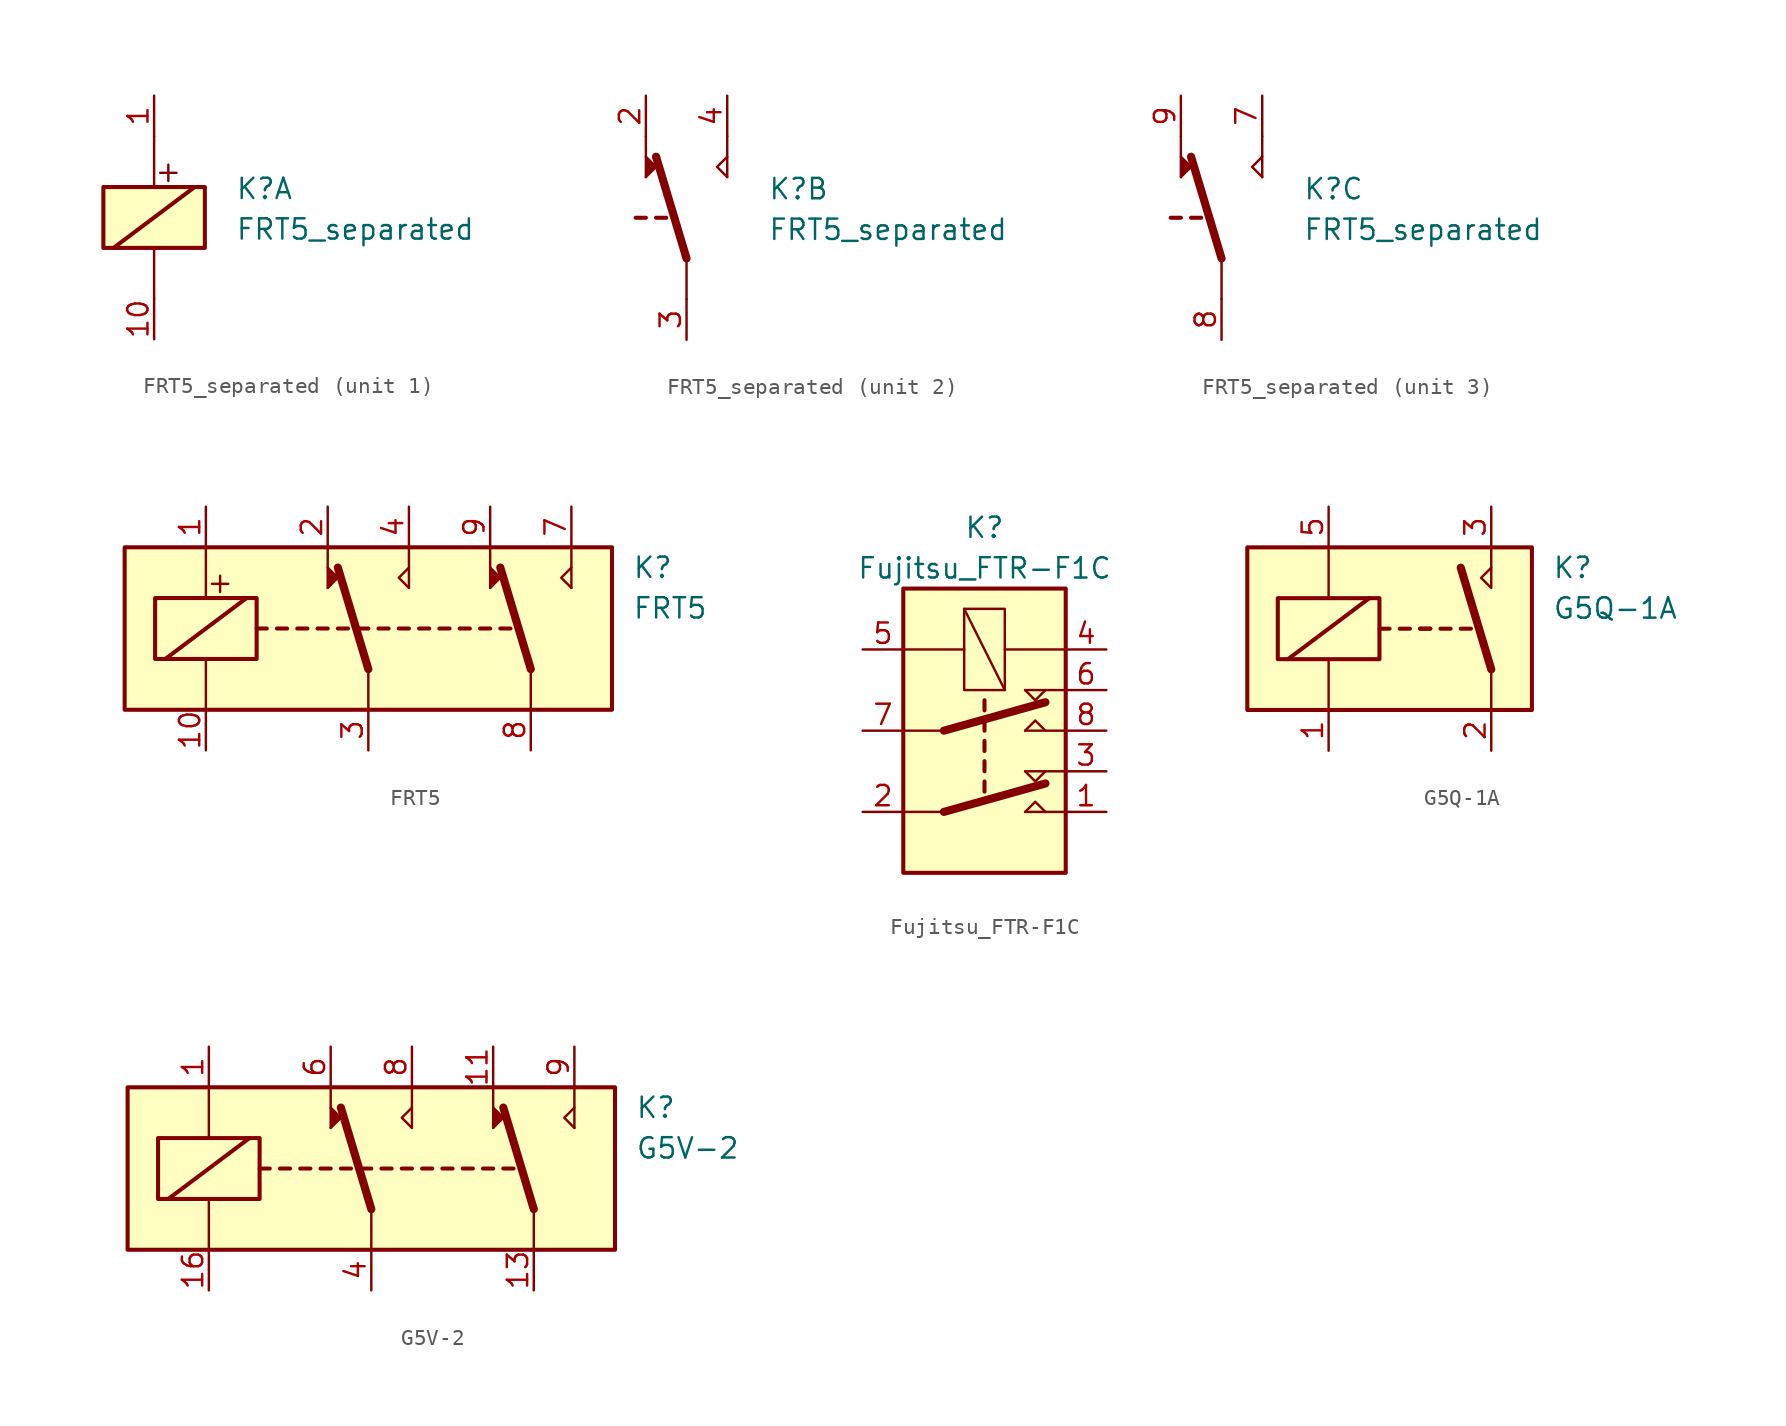
<source format=kicad_sym>
(kicad_symbol_lib
  (version 20201005)
  (generator kicad_symbol_editor)
  (symbol "FRT5_separated"
    (pin_names
      (offset 1.016))
    (property "Reference" "K"
      (at 5.08 2.54 0)
      (effects (font (size 1.27 1.27)) (justify left top)))
    (property "Value" "FRT5_separated"
      (at 5.08 0 0)
      (effects (font (size 1.27 1.27)) (justify left top)))
    (symbol "FRT5_separated_1_1"
      (rectangle (start -3.175 1.905) (end 3.175 -1.905) (stroke (width 0.254)) (fill (type background)))
      (polyline (pts (xy -2.54 -1.905) (xy 2.54 1.905)) (stroke (width 0.254)) (fill (type none)))
      (polyline (pts (xy 0 -5.08) (xy 0 -1.905)) (stroke (width 0)) (fill (type none)))
      (polyline (pts (xy 0 5.08) (xy 0 1.905)) (stroke (width 0)) (fill (type none)))
      (polyline (pts (xy 0.381 2.794) (xy 1.397 2.794)) (stroke (width 0)) (fill (type none)))
      (polyline (pts (xy 0.889 3.302) (xy 0.889 2.286)) (stroke (width 0)) (fill (type none)))
      (pin passive line (at 0 7.62 270) (length 2.54) (name "~" (effects (font (size 1.27 1.27)))) (number "1" (effects (font (size 1.27 1.27)))))
      (pin passive line (at 0 -7.62 90) (length 2.54) (name "~" (effects (font (size 1.27 1.27)))) (number "10" (effects (font (size 1.27 1.27))))))
    (symbol "FRT5_separated_2_1"
      (polyline (pts (xy -3.175 0) (xy -2.54 0)) (stroke (width 0.254)) (fill (type none)))
      (polyline (pts (xy -2.54 2.54) (xy -2.54 5.08)) (stroke (width 0)) (fill (type none)))
      (polyline (pts (xy -1.905 0) (xy -1.27 0)) (stroke (width 0.254)) (fill (type none)))
      (polyline (pts (xy 0 -2.54) (xy -1.905 3.81)) (stroke (width 0.508)) (fill (type none)))
      (polyline (pts (xy 0 -2.54) (xy 0 -5.08)) (stroke (width 0)) (fill (type none)))
      (polyline (pts (xy 2.54 2.54) (xy 2.54 5.08)) (stroke (width 0)) (fill (type none)))
      (polyline (pts (xy -2.54 2.54) (xy -1.905 3.175) (xy -2.54 3.81)) (stroke (width 0)) (fill (type outline)))
      (polyline (pts (xy 2.54 2.54) (xy 1.905 3.175) (xy 2.54 3.81)) (stroke (width 0)) (fill (type none)))
      (pin passive line (at -2.54 7.62 270) (length 2.54) (name "~" (effects (font (size 1.27 1.27)))) (number "2" (effects (font (size 1.27 1.27)))))
      (pin passive line (at 0 -7.62 90) (length 2.54) (name "~" (effects (font (size 1.27 1.27)))) (number "3" (effects (font (size 1.27 1.27)))))
      (pin passive line (at 2.54 7.62 270) (length 2.54) (name "~" (effects (font (size 1.27 1.27)))) (number "4" (effects (font (size 1.27 1.27))))))
    (symbol "FRT5_separated_3_1"
      (polyline (pts (xy -3.175 0) (xy -2.54 0)) (stroke (width 0.254)) (fill (type none)))
      (polyline (pts (xy -2.54 2.54) (xy -2.54 5.08)) (stroke (width 0)) (fill (type none)))
      (polyline (pts (xy -1.905 0) (xy -1.27 0)) (stroke (width 0.254)) (fill (type none)))
      (polyline (pts (xy 0 -2.54) (xy -1.905 3.81)) (stroke (width 0.508)) (fill (type none)))
      (polyline (pts (xy 0 -2.54) (xy 0 -5.08)) (stroke (width 0)) (fill (type none)))
      (polyline (pts (xy 2.54 2.54) (xy 2.54 5.08)) (stroke (width 0)) (fill (type none)))
      (polyline (pts (xy -2.54 2.54) (xy -1.905 3.175) (xy -2.54 3.81)) (stroke (width 0)) (fill (type outline)))
      (polyline (pts (xy 2.54 2.54) (xy 1.905 3.175) (xy 2.54 3.81)) (stroke (width 0)) (fill (type none)))
      (pin passive line (at 2.54 7.62 270) (length 2.54) (name "~" (effects (font (size 1.27 1.27)))) (number "7" (effects (font (size 1.27 1.27)))))
      (pin passive line (at 0 -7.62 90) (length 2.54) (name "~" (effects (font (size 1.27 1.27)))) (number "8" (effects (font (size 1.27 1.27)))))
      (pin passive line (at -2.54 7.62 270) (length 2.54) (name "~" (effects (font (size 1.27 1.27)))) (number "9" (effects (font (size 1.27 1.27)))))))
  (symbol "FRT5"
    (pin_names
      (offset 1.016))
    (property "Reference" "K"
      (at 16.51 3.81 0)
      (effects (font (size 1.27 1.27)) (justify left)))
    (property "Value" "FRT5"
      (at 16.51 1.27 0)
      (effects (font (size 1.27 1.27)) (justify left)))
    (symbol "FRT5_0_1"
      (rectangle (start -15.24 5.08) (end 15.24 -5.08) (stroke (width 0.254)) (fill (type background)))
      (rectangle (start -13.335 1.905) (end -6.985 -1.905) (stroke (width 0.254)) (fill (type none)))
      (polyline (pts (xy -12.7 -1.905) (xy -7.62 1.905)) (stroke (width 0.254)) (fill (type none)))
      (polyline (pts (xy -10.16 -5.08) (xy -10.16 -1.905)) (stroke (width 0)) (fill (type none)))
      (polyline (pts (xy -10.16 5.08) (xy -10.16 1.905)) (stroke (width 0)) (fill (type none)))
      (polyline (pts (xy -9.779 2.794) (xy -8.763 2.794)) (stroke (width 0)) (fill (type none)))
      (polyline (pts (xy -9.271 3.302) (xy -9.271 2.286)) (stroke (width 0)) (fill (type none)))
      (polyline (pts (xy -6.985 0) (xy -6.35 0)) (stroke (width 0.254)) (fill (type none)))
      (polyline (pts (xy -5.715 0) (xy -5.08 0)) (stroke (width 0.254)) (fill (type none)))
      (polyline (pts (xy -4.445 0) (xy -3.81 0)) (stroke (width 0.254)) (fill (type none)))
      (polyline (pts (xy -3.175 0) (xy -2.54 0)) (stroke (width 0.254)) (fill (type none)))
      (polyline (pts (xy -2.54 2.54) (xy -2.54 5.08)) (stroke (width 0)) (fill (type none)))
      (polyline (pts (xy -1.905 0) (xy -1.27 0)) (stroke (width 0.254)) (fill (type none)))
      (polyline (pts (xy -0.635 0) (xy 0 0)) (stroke (width 0.254)) (fill (type none)))
      (polyline (pts (xy 0 -2.54) (xy -1.905 3.81)) (stroke (width 0.508)) (fill (type none)))
      (polyline (pts (xy 0 -2.54) (xy 0 -5.08)) (stroke (width 0)) (fill (type none)))
      (polyline (pts (xy 0.635 0) (xy 1.27 0)) (stroke (width 0.254)) (fill (type none)))
      (polyline (pts (xy 1.905 0) (xy 2.54 0)) (stroke (width 0.254)) (fill (type none)))
      (polyline (pts (xy 2.54 2.54) (xy 2.54 5.08)) (stroke (width 0)) (fill (type none)))
      (polyline (pts (xy 3.175 0) (xy 3.81 0)) (stroke (width 0.254)) (fill (type none)))
      (polyline (pts (xy 4.445 0) (xy 5.08 0)) (stroke (width 0.254)) (fill (type none)))
      (polyline (pts (xy 5.715 0) (xy 6.35 0)) (stroke (width 0.254)) (fill (type none)))
      (polyline (pts (xy 6.985 0) (xy 7.62 0)) (stroke (width 0.254)) (fill (type none)))
      (polyline (pts (xy 7.62 2.54) (xy 7.62 5.08)) (stroke (width 0)) (fill (type none)))
      (polyline (pts (xy 8.255 0) (xy 8.89 0)) (stroke (width 0.254)) (fill (type none)))
      (polyline (pts (xy 10.16 -2.54) (xy 8.255 3.81)) (stroke (width 0.508)) (fill (type none)))
      (polyline (pts (xy 10.16 -2.54) (xy 10.16 -5.08)) (stroke (width 0)) (fill (type none)))
      (polyline (pts (xy 12.7 2.54) (xy 12.7 5.08)) (stroke (width 0)) (fill (type none)))
      (polyline (pts (xy -2.54 2.54) (xy -1.905 3.175) (xy -2.54 3.81)) (stroke (width 0)) (fill (type outline)))
      (polyline (pts (xy 2.54 2.54) (xy 1.905 3.175) (xy 2.54 3.81)) (stroke (width 0)) (fill (type none)))
      (polyline (pts (xy 7.62 2.54) (xy 8.255 3.175) (xy 7.62 3.81)) (stroke (width 0)) (fill (type outline)))
      (polyline (pts (xy 12.7 2.54) (xy 12.065 3.175) (xy 12.7 3.81)) (stroke (width 0)) (fill (type none))))
    (symbol "FRT5_1_1"
      (pin passive line (at -10.16 7.62 270) (length 2.54) (name "~" (effects (font (size 1.27 1.27)))) (number "1" (effects (font (size 1.27 1.27)))))
      (pin passive line (at -10.16 -7.62 90) (length 2.54) (name "~" (effects (font (size 1.27 1.27)))) (number "10" (effects (font (size 1.27 1.27)))))
      (pin passive line (at -2.54 7.62 270) (length 2.54) (name "~" (effects (font (size 1.27 1.27)))) (number "2" (effects (font (size 1.27 1.27)))))
      (pin passive line (at 0 -7.62 90) (length 2.54) (name "~" (effects (font (size 1.27 1.27)))) (number "3" (effects (font (size 1.27 1.27)))))
      (pin passive line (at 2.54 7.62 270) (length 2.54) (name "~" (effects (font (size 1.27 1.27)))) (number "4" (effects (font (size 1.27 1.27)))))
      (pin passive line (at 12.7 7.62 270) (length 2.54) (name "~" (effects (font (size 1.27 1.27)))) (number "7" (effects (font (size 1.27 1.27)))))
      (pin passive line (at 10.16 -7.62 90) (length 2.54) (name "~" (effects (font (size 1.27 1.27)))) (number "8" (effects (font (size 1.27 1.27)))))
      (pin passive line (at 7.62 7.62 270) (length 2.54) (name "~" (effects (font (size 1.27 1.27)))) (number "9" (effects (font (size 1.27 1.27)))))))
  (symbol "Fujitsu_FTR-F1C"
    (property "Reference" "K"
      (at 0 12.7 0)
      (effects (font (size 1.27 1.27))))
    (property "Value" "Fujitsu_FTR-F1C"
      (at 0 10.16 0)
      (effects (font (size 1.27 1.27))))
    (symbol "Fujitsu_FTR-F1C_0_1"
      (rectangle (start -1.27 7.62) (end 1.27 2.54) (stroke (width 0)) (fill (type none)))
      (polyline (pts (xy -1.27 7.62) (xy 1.27 2.54)) (stroke (width 0)) (fill (type none)))
      (polyline (pts (xy 5.08 -2.54) (xy 2.54 -2.54)) (stroke (width 0)) (fill (type none)))
      (polyline (pts (xy 5.08 2.54) (xy 2.54 2.54)) (stroke (width 0)) (fill (type none)))
      (polyline (pts (xy 2.54 -2.54) (xy 3.175 -3.175) (xy 3.81 -2.54)) (stroke (width 0)) (fill (type none)))
      (polyline (pts (xy 2.54 2.54) (xy 3.175 1.905) (xy 3.81 2.54)) (stroke (width 0)) (fill (type none))))
    (symbol "Fujitsu_FTR-F1C_1_1"
      (rectangle (start 5.08 8.89) (end -5.08 -8.89) (stroke (width 0.254)) (fill (type background)))
      (polyline (pts (xy -2.54 -5.08) (xy -5.08 -5.08)) (stroke (width 0)) (fill (type none)))
      (polyline (pts (xy -2.54 -5.08) (xy 3.81 -3.302)) (stroke (width 0.508)) (fill (type none)))
      (polyline (pts (xy -2.54 0) (xy -5.08 0)) (stroke (width 0)) (fill (type none)))
      (polyline (pts (xy -2.54 0) (xy 3.81 1.778)) (stroke (width 0.508)) (fill (type none)))
      (polyline (pts (xy 0 -3.175) (xy 0 -3.81)) (stroke (width 0.254)) (fill (type none)))
      (polyline (pts (xy 0 -1.905) (xy 0 -2.54)) (stroke (width 0.254)) (fill (type none)))
      (polyline (pts (xy 0 -0.635) (xy 0 -1.27)) (stroke (width 0.254)) (fill (type none)))
      (polyline (pts (xy 0 0.635) (xy 0 0)) (stroke (width 0.254)) (fill (type none)))
      (polyline (pts (xy 0 1.905) (xy 0 1.27)) (stroke (width 0.254)) (fill (type none)))
      (polyline (pts (xy 2.54 -5.08) (xy 5.08 -5.08)) (stroke (width 0)) (fill (type none)))
      (polyline (pts (xy 2.54 0) (xy 5.08 0)) (stroke (width 0)) (fill (type none)))
      (polyline (pts (xy 5.08 5.08) (xy 1.27 5.08)) (stroke (width 0)) (fill (type none)))
      (polyline (pts (xy -5.08 5.08) (xy -1.27 5.08) (xy -1.524 5.08)) (stroke (width 0)) (fill (type none)))
      (polyline (pts (xy 2.54 -5.08) (xy 3.175 -4.445) (xy 3.81 -5.08)) (stroke (width 0)) (fill (type none)))
      (polyline (pts (xy 2.54 0) (xy 3.175 0.635) (xy 3.81 0)) (stroke (width 0)) (fill (type none)))
      (pin passive line (at 7.62 -5.08 180) (length 2.54) (name "~" (effects (font (size 1.27 1.27)))) (number "1" (effects (font (size 1.27 1.27)))))
      (pin passive line (at -7.62 -5.08 0) (length 2.54) (name "~" (effects (font (size 1.27 1.27)))) (number "2" (effects (font (size 1.27 1.27)))))
      (pin passive line (at 7.62 -2.54 180) (length 2.54) (name "~" (effects (font (size 1.27 1.27)))) (number "3" (effects (font (size 1.27 1.27)))))
      (pin passive line (at 7.62 5.08 180) (length 2.54) (name "~" (effects (font (size 1.27 1.27)))) (number "4" (effects (font (size 1.27 1.27)))))
      (pin passive line (at -7.62 5.08 0) (length 2.54) (name "~" (effects (font (size 1.27 1.27)))) (number "5" (effects (font (size 1.27 1.27)))))
      (pin passive line (at 7.62 2.54 180) (length 2.54) (name "~" (effects (font (size 1.27 1.27)))) (number "6" (effects (font (size 1.27 1.27)))))
      (pin passive line (at -7.62 0 0) (length 2.54) (name "~" (effects (font (size 1.27 1.27)))) (number "7" (effects (font (size 1.27 1.27)))))
      (pin passive line (at 7.62 0 180) (length 2.54) (name "~" (effects (font (size 1.27 1.27)))) (number "8" (effects (font (size 1.27 1.27)))))))
  (symbol "G5Q-1A"
    (pin_names
      (offset 1.016))
    (property "Reference" "K"
      (at 8.89 3.81 0)
      (effects (font (size 1.27 1.27)) (justify left)))
    (property "Value" "G5Q-1A"
      (at 8.89 1.27 0)
      (effects (font (size 1.27 1.27)) (justify left)))
    (symbol "G5Q-1A_0_0"
      (polyline (pts (xy 5.08 3.81) (xy 5.08 5.08)) (stroke (width 0)) (fill (type none)))
      (polyline (pts (xy 5.08 3.81) (xy 5.08 2.54) (xy 4.445 3.175) (xy 5.08 3.81)) (stroke (width 0)) (fill (type none))))
    (symbol "G5Q-1A_0_1"
      (rectangle (start -10.16 5.08) (end 7.62 -5.08) (stroke (width 0.254)) (fill (type background)))
      (rectangle (start -8.255 1.905) (end -1.905 -1.905) (stroke (width 0.254)) (fill (type none)))
      (polyline (pts (xy -7.62 -1.905) (xy -2.54 1.905)) (stroke (width 0.254)) (fill (type none)))
      (polyline (pts (xy -5.08 -5.08) (xy -5.08 -1.905)) (stroke (width 0)) (fill (type none)))
      (polyline (pts (xy -5.08 5.08) (xy -5.08 1.905)) (stroke (width 0)) (fill (type none)))
      (polyline (pts (xy -1.905 0) (xy -1.27 0)) (stroke (width 0.254)) (fill (type none)))
      (polyline (pts (xy -0.635 0) (xy 0 0)) (stroke (width 0.254)) (fill (type none)))
      (polyline (pts (xy 0.635 0) (xy 1.27 0)) (stroke (width 0.254)) (fill (type none)))
      (polyline (pts (xy 0.635 0) (xy 1.27 0)) (stroke (width 0.254)) (fill (type none)))
      (polyline (pts (xy 1.905 0) (xy 2.54 0)) (stroke (width 0.254)) (fill (type none)))
      (polyline (pts (xy 3.175 0) (xy 3.81 0)) (stroke (width 0.254)) (fill (type none)))
      (polyline (pts (xy 5.08 -2.54) (xy 3.175 3.81)) (stroke (width 0.508)) (fill (type none)))
      (polyline (pts (xy 5.08 -2.54) (xy 5.08 -5.08)) (stroke (width 0)) (fill (type none))))
    (symbol "G5Q-1A_1_1"
      (pin passive line (at -5.08 -7.62 90) (length 2.54) (name "~" (effects (font (size 1.27 1.27)))) (number "1" (effects (font (size 1.27 1.27)))))
      (pin passive line (at 5.08 -7.62 90) (length 2.54) (name "~" (effects (font (size 1.27 1.27)))) (number "2" (effects (font (size 1.27 1.27)))))
      (pin passive line (at 5.08 7.62 270) (length 2.54) (name "~" (effects (font (size 1.27 1.27)))) (number "3" (effects (font (size 1.27 1.27)))))
      (pin passive line (at -5.08 7.62 270) (length 2.54) (name "~" (effects (font (size 1.27 1.27)))) (number "5" (effects (font (size 1.27 1.27)))))))
  (symbol "G5V-2"
    (pin_names
      (offset 1.016))
    (property "Reference" "K"
      (at 16.51 3.81 0)
      (effects (font (size 1.27 1.27)) (justify left)))
    (property "Value" "G5V-2"
      (at 16.51 1.27 0)
      (effects (font (size 1.27 1.27)) (justify left)))
    (symbol "G5V-2_0_1"
      (rectangle (start -15.24 5.08) (end 15.24 -5.08) (stroke (width 0.254)) (fill (type background)))
      (rectangle (start -13.335 1.905) (end -6.985 -1.905) (stroke (width 0.254)) (fill (type none)))
      (polyline (pts (xy -12.7 -1.905) (xy -7.62 1.905)) (stroke (width 0.254)) (fill (type none)))
      (polyline (pts (xy -10.16 -5.08) (xy -10.16 -1.905)) (stroke (width 0)) (fill (type none)))
      (polyline (pts (xy -10.16 5.08) (xy -10.16 1.905)) (stroke (width 0)) (fill (type none)))
      (polyline (pts (xy -6.985 0) (xy -6.35 0)) (stroke (width 0.254)) (fill (type none)))
      (polyline (pts (xy -5.715 0) (xy -5.08 0)) (stroke (width 0.254)) (fill (type none)))
      (polyline (pts (xy -4.445 0) (xy -3.81 0)) (stroke (width 0.254)) (fill (type none)))
      (polyline (pts (xy -3.175 0) (xy -2.54 0)) (stroke (width 0.254)) (fill (type none)))
      (polyline (pts (xy -2.54 2.54) (xy -2.54 5.08)) (stroke (width 0)) (fill (type none)))
      (polyline (pts (xy -1.905 0) (xy -1.27 0)) (stroke (width 0.254)) (fill (type none)))
      (polyline (pts (xy -0.635 0) (xy 0 0)) (stroke (width 0.254)) (fill (type none)))
      (polyline (pts (xy 0 -2.54) (xy -1.905 3.81)) (stroke (width 0.508)) (fill (type none)))
      (polyline (pts (xy 0 -2.54) (xy 0 -5.08)) (stroke (width 0)) (fill (type none)))
      (polyline (pts (xy 0.635 0) (xy 1.27 0)) (stroke (width 0.254)) (fill (type none)))
      (polyline (pts (xy 1.905 0) (xy 2.54 0)) (stroke (width 0.254)) (fill (type none)))
      (polyline (pts (xy 2.54 2.54) (xy 2.54 5.08)) (stroke (width 0)) (fill (type none)))
      (polyline (pts (xy 3.175 0) (xy 3.81 0)) (stroke (width 0.254)) (fill (type none)))
      (polyline (pts (xy 4.445 0) (xy 5.08 0)) (stroke (width 0.254)) (fill (type none)))
      (polyline (pts (xy 5.715 0) (xy 6.35 0)) (stroke (width 0.254)) (fill (type none)))
      (polyline (pts (xy 6.985 0) (xy 7.62 0)) (stroke (width 0.254)) (fill (type none)))
      (polyline (pts (xy 7.62 2.54) (xy 7.62 5.08)) (stroke (width 0)) (fill (type none)))
      (polyline (pts (xy 8.255 0) (xy 8.89 0)) (stroke (width 0.254)) (fill (type none)))
      (polyline (pts (xy 10.16 -2.54) (xy 8.255 3.81)) (stroke (width 0.508)) (fill (type none)))
      (polyline (pts (xy 10.16 -2.54) (xy 10.16 -5.08)) (stroke (width 0)) (fill (type none)))
      (polyline (pts (xy 12.7 2.54) (xy 12.7 5.08)) (stroke (width 0)) (fill (type none)))
      (polyline (pts (xy -2.54 2.54) (xy -1.905 3.175) (xy -2.54 3.81)) (stroke (width 0)) (fill (type outline)))
      (polyline (pts (xy 2.54 2.54) (xy 1.905 3.175) (xy 2.54 3.81)) (stroke (width 0)) (fill (type none)))
      (polyline (pts (xy 7.62 2.54) (xy 8.255 3.175) (xy 7.62 3.81)) (stroke (width 0)) (fill (type outline)))
      (polyline (pts (xy 12.7 2.54) (xy 12.065 3.175) (xy 12.7 3.81)) (stroke (width 0)) (fill (type none))))
    (symbol "G5V-2_1_1"
      (pin passive line (at -10.16 7.62 270) (length 2.54) (name "~" (effects (font (size 1.27 1.27)))) (number "1" (effects (font (size 1.27 1.27)))))
      (pin passive line (at 7.62 7.62 270) (length 2.54) (name "~" (effects (font (size 1.27 1.27)))) (number "11" (effects (font (size 1.27 1.27)))))
      (pin passive line (at 10.16 -7.62 90) (length 2.54) (name "~" (effects (font (size 1.27 1.27)))) (number "13" (effects (font (size 1.27 1.27)))))
      (pin passive line (at -10.16 -7.62 90) (length 2.54) (name "~" (effects (font (size 1.27 1.27)))) (number "16" (effects (font (size 1.27 1.27)))))
      (pin passive line (at 0 -7.62 90) (length 2.54) (name "~" (effects (font (size 1.27 1.27)))) (number "4" (effects (font (size 1.27 1.27)))))
      (pin passive line (at -2.54 7.62 270) (length 2.54) (name "~" (effects (font (size 1.27 1.27)))) (number "6" (effects (font (size 1.27 1.27)))))
      (pin passive line (at 2.54 7.62 270) (length 2.54) (name "~" (effects (font (size 1.27 1.27)))) (number "8" (effects (font (size 1.27 1.27)))))
      (pin passive line (at 12.7 7.62 270) (length 2.54) (name "~" (effects (font (size 1.27 1.27)))) (number "9" (effects (font (size 1.27 1.27))))))))
</source>
